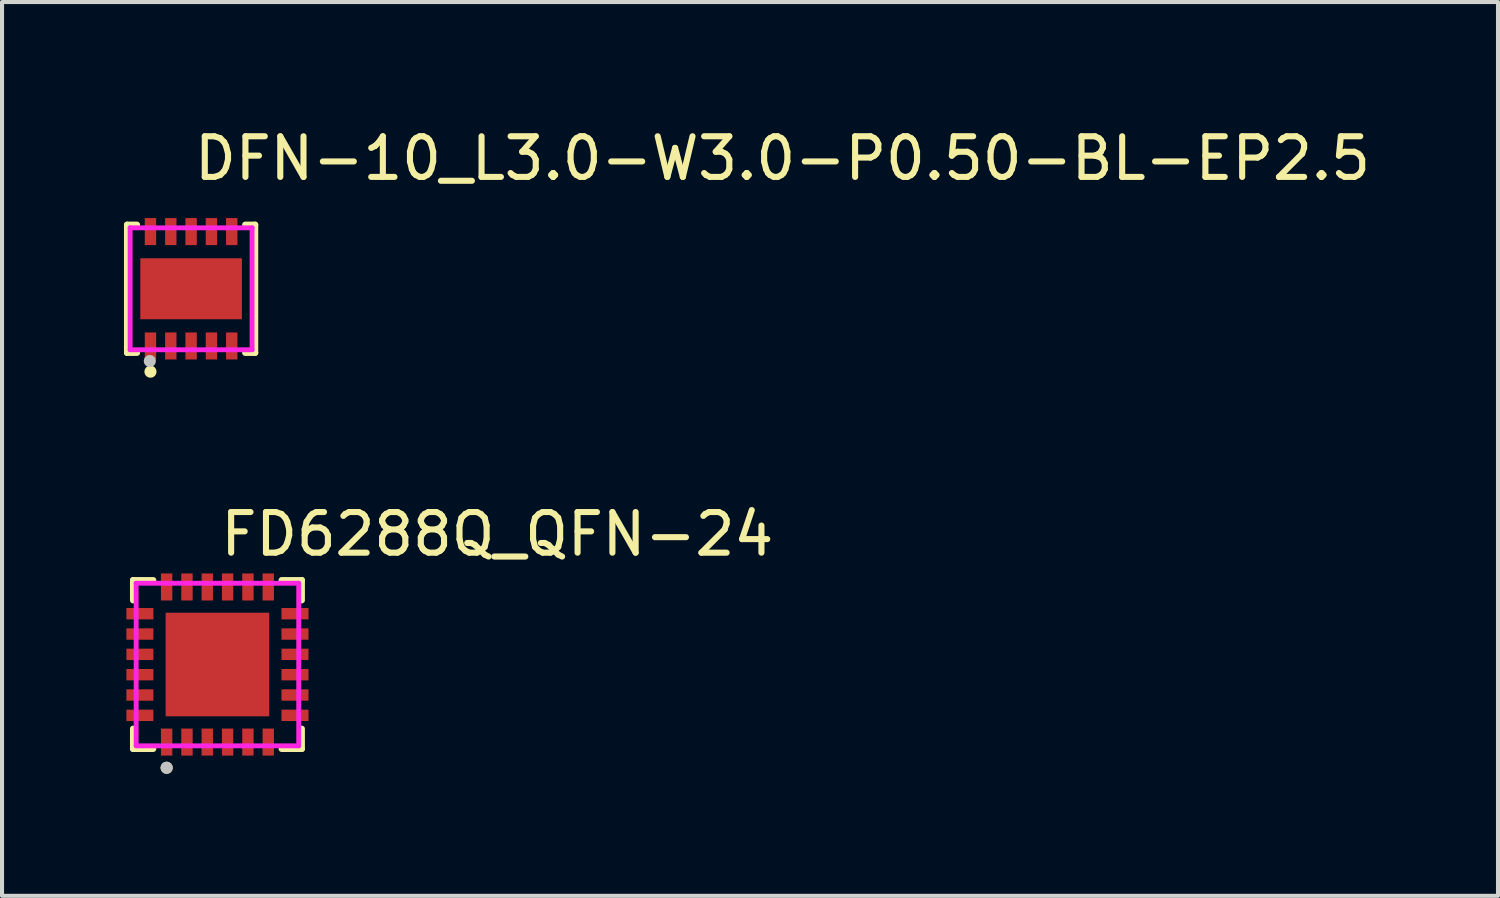
<source format=kicad_pcb>
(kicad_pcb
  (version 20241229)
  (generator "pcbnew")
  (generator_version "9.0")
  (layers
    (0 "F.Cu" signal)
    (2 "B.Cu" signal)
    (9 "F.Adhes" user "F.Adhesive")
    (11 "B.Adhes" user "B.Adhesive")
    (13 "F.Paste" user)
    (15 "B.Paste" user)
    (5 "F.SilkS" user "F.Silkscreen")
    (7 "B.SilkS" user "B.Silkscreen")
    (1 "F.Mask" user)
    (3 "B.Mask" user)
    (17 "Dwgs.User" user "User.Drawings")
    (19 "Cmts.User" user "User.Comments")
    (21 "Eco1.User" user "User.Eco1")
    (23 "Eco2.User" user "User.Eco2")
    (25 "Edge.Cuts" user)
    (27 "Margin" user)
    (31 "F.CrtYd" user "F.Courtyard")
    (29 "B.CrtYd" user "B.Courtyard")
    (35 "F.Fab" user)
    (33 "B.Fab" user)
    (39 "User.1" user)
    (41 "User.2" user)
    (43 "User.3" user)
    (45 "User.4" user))
  (footprint "DFN-10_L3.0-W3.0-P0.50-BL-EP2.5"
    (layer "F.Cu")
    (at 1.652 4.055)
    (property "Reference" "DFN-10_L3.0-W3.0-P0.50-BL-EP2.5" (at 0 -3.207 0) (layer "F.SilkS") (effects (font (size 1 1) (thickness 0.15)) (justify left)))
    (attr through_hole)
    (fp_line (start -1.576 -1.576) (end -1.331 -1.576) (stroke (width 0.152) (type solid)) (layer "F.SilkS"))
    (fp_line (start -1.576 1.576) (end -1.576 -1.576) (stroke (width 0.152) (type solid)) (layer "F.SilkS"))
    (fp_line (start -1.331 1.576) (end -1.576 1.576) (stroke (width 0.152) (type solid)) (layer "F.SilkS"))
    (fp_line (start 1.331 1.576) (end 1.576 1.576) (stroke (width 0.152) (type solid)) (layer "F.SilkS"))
    (fp_line (start 1.576 -1.576) (end 1.331 -1.576) (stroke (width 0.152) (type solid)) (layer "F.SilkS"))
    (fp_line (start 1.576 1.576) (end 1.576 -1.576) (stroke (width 0.152) (type solid)) (layer "F.SilkS"))
    (fp_circle (center -1 2.04) (end -0.925 2.04) (stroke (width 0.15) (type solid)) (fill no) (layer "F.SilkS"))
    (fp_circle (center -1.016 1.778) (end -0.941 1.778) (stroke (width 0.15) (type solid)) (fill no) (layer "Dwgs.User"))
    (fp_circle (center -1.5 1.5) (end -1.47 1.5) (stroke (width 0.06) (type solid)) (fill no) (layer "Eco2.User"))
    (fp_poly (pts (xy -1.25 -0.75) (xy 1.25 -0.75) (xy 1.25 0.75) (xy -1.25 0.75)) (stroke (width 0.12) (type solid)) (fill no) (layer "Eco2.User"))
    (fp_poly (pts (xy -1.12 -1.5) (xy -1.12 -1.1) (xy -0.88 -1.1) (xy -0.88 -1.5)) (stroke (width 0.12) (type solid)) (fill no) (layer "Eco2.User"))
    (fp_poly (pts (xy -1.12 1.5) (xy -1.12 1.1) (xy -0.88 1.1) (xy -0.88 1.5)) (stroke (width 0.12) (type solid)) (fill no) (layer "Eco2.User"))
    (fp_poly (pts (xy -0.62 -1.5) (xy -0.62 -1.1) (xy -0.38 -1.1) (xy -0.38 -1.5)) (stroke (width 0.12) (type solid)) (fill no) (layer "Eco2.User"))
    (fp_poly (pts (xy -0.62 1.5) (xy -0.62 1.1) (xy -0.38 1.1) (xy -0.38 1.5)) (stroke (width 0.12) (type solid)) (fill no) (layer "Eco2.User"))
    (fp_poly (pts (xy -0.12 -1.5) (xy -0.12 -1.1) (xy 0.12 -1.1) (xy 0.12 -1.5)) (stroke (width 0.12) (type solid)) (fill no) (layer "Eco2.User"))
    (fp_poly (pts (xy -0.12 1.5) (xy -0.12 1.1) (xy 0.12 1.1) (xy 0.12 1.5)) (stroke (width 0.12) (type solid)) (fill no) (layer "Eco2.User"))
    (fp_poly (pts (xy 0.38 -1.5) (xy 0.38 -1.1) (xy 0.62 -1.1) (xy 0.62 -1.5)) (stroke (width 0.12) (type solid)) (fill no) (layer "Eco2.User"))
    (fp_poly (pts (xy 0.38 1.5) (xy 0.38 1.1) (xy 0.62 1.1) (xy 0.62 1.5)) (stroke (width 0.12) (type solid)) (fill no) (layer "Eco2.User"))
    (fp_poly (pts (xy 0.88 -1.5) (xy 0.88 -1.1) (xy 1.12 -1.1) (xy 1.12 -1.5)) (stroke (width 0.12) (type solid)) (fill no) (layer "Eco2.User"))
    (fp_poly (pts (xy 0.88 1.5) (xy 0.88 1.1) (xy 1.12 1.1) (xy 1.12 1.5)) (stroke (width 0.12) (type solid)) (fill no) (layer "Eco2.User"))
    (fp_line (start -1.5 -1.5) (end 1.5 -1.5) (stroke (width 0.12) (type solid)) (layer "F.CrtYd"))
    (fp_line (start -1.5 1.5) (end -1.5 -1.5) (stroke (width 0.12) (type solid)) (layer "F.CrtYd"))
    (fp_line (start 1.5 -1.5) (end 1.5 1.5) (stroke (width 0.12) (type solid)) (layer "F.CrtYd"))
    (fp_line (start 1.5 1.5) (end -1.5 1.5) (stroke (width 0.12) (type solid)) (layer "F.CrtYd"))
    (pad "1" smd rect (at -1 1.407) (size 0.28 0.665) (layers "F.Cu" "F.Mask" "F.Paste"))
    (pad "2" smd rect (at -0.5 1.407) (size 0.28 0.665) (layers "F.Cu" "F.Mask" "F.Paste"))
    (pad "3" smd rect (at 0 1.407) (size 0.28 0.665) (layers "F.Cu" "F.Mask" "F.Paste"))
    (pad "4" smd rect (at 0.5 1.407) (size 0.28 0.665) (layers "F.Cu" "F.Mask" "F.Paste"))
    (pad "5" smd rect (at 1 1.407) (size 0.28 0.665) (layers "F.Cu" "F.Mask" "F.Paste"))
    (pad "6" smd rect (at 1 -1.407) (size 0.28 0.665) (layers "F.Cu" "F.Mask" "F.Paste"))
    (pad "7" smd rect (at 0.5 -1.407) (size 0.28 0.665) (layers "F.Cu" "F.Mask" "F.Paste"))
    (pad "8" smd rect (at 0 -1.407) (size 0.28 0.665) (layers "F.Cu" "F.Mask" "F.Paste"))
    (pad "9" smd rect (at -0.5 -1.407) (size 0.28 0.665) (layers "F.Cu" "F.Mask" "F.Paste"))
    (pad "10" smd rect (at -1 -1.407) (size 0.28 0.665) (layers "F.Cu" "F.Mask" "F.Paste"))
    (pad "11" smd rect (at 0 0) (size 2.5 1.5) (layers "F.Cu" "F.Mask" "F.Paste")))
  (footprint "FD6288Q_QFN-24"
    (layer "F.Cu")
    (at 2.3 13.3)
    (property "Reference" "FD6288Q_QFN-24" (at 0 -3.207 0) (layer "F.SilkS") (effects (font (size 1 1) (thickness 0.15)) (justify left)))
    (attr through_hole)
    (fp_line (start -2.076 -2.076) (end -1.58 -2.076) (stroke (width 0.152) (type solid)) (layer "F.SilkS"))
    (fp_line (start -2.076 -1.58) (end -2.076 -2.076) (stroke (width 0.152) (type solid)) (layer "F.SilkS"))
    (fp_line (start -2.076 1.58) (end -2.076 2.076) (stroke (width 0.152) (type solid)) (layer "F.SilkS"))
    (fp_line (start -2.076 2.076) (end -1.58 2.076) (stroke (width 0.152) (type solid)) (layer "F.SilkS"))
    (fp_line (start 2.076 -2.076) (end 1.58 -2.076) (stroke (width 0.152) (type solid)) (layer "F.SilkS"))
    (fp_line (start 2.076 -1.58) (end 2.076 -2.076) (stroke (width 0.152) (type solid)) (layer "F.SilkS"))
    (fp_line (start 2.076 1.58) (end 2.076 2.076) (stroke (width 0.152) (type solid)) (layer "F.SilkS"))
    (fp_line (start 2.076 2.076) (end 1.58 2.076) (stroke (width 0.152) (type solid)) (layer "F.SilkS"))
    (fp_circle (center -1.25 2.54) (end -1.175 2.54) (stroke (width 0.15) (type solid)) (fill no) (layer "F.SilkS"))
    (fp_poly (pts (xy -1.575 -1.11) (xy -1.575 -1.39) (xy -2.24 -1.39) (xy -2.24 -1.11)) (stroke (width 0.12) (type solid)) (fill yes) (layer "F.Paste"))
    (fp_poly (pts (xy -1.575 -0.61) (xy -1.575 -0.89) (xy -2.24 -0.89) (xy -2.24 -0.61)) (stroke (width 0.12) (type solid)) (fill yes) (layer "F.Paste"))
    (fp_poly (pts (xy -1.575 -0.11) (xy -1.575 -0.39) (xy -2.24 -0.39) (xy -2.24 -0.11)) (stroke (width 0.12) (type solid)) (fill yes) (layer "F.Paste"))
    (fp_poly (pts (xy -1.575 0.39) (xy -1.575 0.11) (xy -2.24 0.11) (xy -2.24 0.39)) (stroke (width 0.12) (type solid)) (fill yes) (layer "F.Paste"))
    (fp_poly (pts (xy -1.575 0.89) (xy -1.575 0.61) (xy -2.24 0.61) (xy -2.24 0.89)) (stroke (width 0.12) (type solid)) (fill yes) (layer "F.Paste"))
    (fp_poly (pts (xy -1.575 1.39) (xy -1.575 1.11) (xy -2.24 1.11) (xy -2.24 1.39)) (stroke (width 0.12) (type solid)) (fill yes) (layer "F.Paste"))
    (fp_poly (pts (xy -1.39 -2.24) (xy -1.39 -1.575) (xy -1.11 -1.575) (xy -1.11 -2.24)) (stroke (width 0.12) (type solid)) (fill yes) (layer "F.Paste"))
    (fp_poly (pts (xy -1.39 2.24) (xy -1.39 1.575) (xy -1.11 1.575) (xy -1.11 2.24)) (stroke (width 0.12) (type solid)) (fill yes) (layer "F.Paste"))
    (fp_poly (pts (xy -1.02 -1.02) (xy 1.02 -1.02) (xy 1.02 1.02) (xy -1.02 1.02)) (stroke (width 0.12) (type solid)) (fill yes) (layer "F.Paste"))
    (fp_poly (pts (xy -0.89 -2.24) (xy -0.89 -1.575) (xy -0.61 -1.575) (xy -0.61 -2.24)) (stroke (width 0.12) (type solid)) (fill yes) (layer "F.Paste"))
    (fp_poly (pts (xy -0.89 2.24) (xy -0.89 1.575) (xy -0.61 1.575) (xy -0.61 2.24)) (stroke (width 0.12) (type solid)) (fill yes) (layer "F.Paste"))
    (fp_poly (pts (xy -0.39 -2.24) (xy -0.39 -1.575) (xy -0.11 -1.575) (xy -0.11 -2.24)) (stroke (width 0.12) (type solid)) (fill yes) (layer "F.Paste"))
    (fp_poly (pts (xy -0.39 2.24) (xy -0.39 1.575) (xy -0.11 1.575) (xy -0.11 2.24)) (stroke (width 0.12) (type solid)) (fill yes) (layer "F.Paste"))
    (fp_poly (pts (xy 0.11 -2.24) (xy 0.11 -1.575) (xy 0.39 -1.575) (xy 0.39 -2.24)) (stroke (width 0.12) (type solid)) (fill yes) (layer "F.Paste"))
    (fp_poly (pts (xy 0.11 2.24) (xy 0.11 1.575) (xy 0.39 1.575) (xy 0.39 2.24)) (stroke (width 0.12) (type solid)) (fill yes) (layer "F.Paste"))
    (fp_poly (pts (xy 0.61 -2.24) (xy 0.61 -1.575) (xy 0.89 -1.575) (xy 0.89 -2.24)) (stroke (width 0.12) (type solid)) (fill yes) (layer "F.Paste"))
    (fp_poly (pts (xy 0.61 2.24) (xy 0.61 1.575) (xy 0.89 1.575) (xy 0.89 2.24)) (stroke (width 0.12) (type solid)) (fill yes) (layer "F.Paste"))
    (fp_poly (pts (xy 1.11 -2.24) (xy 1.11 -1.575) (xy 1.39 -1.575) (xy 1.39 -2.24)) (stroke (width 0.12) (type solid)) (fill yes) (layer "F.Paste"))
    (fp_poly (pts (xy 1.11 2.24) (xy 1.11 1.575) (xy 1.39 1.575) (xy 1.39 2.24)) (stroke (width 0.12) (type solid)) (fill yes) (layer "F.Paste"))
    (fp_poly (pts (xy 2.24 -1.11) (xy 2.24 -1.39) (xy 1.575 -1.39) (xy 1.575 -1.11)) (stroke (width 0.12) (type solid)) (fill yes) (layer "F.Paste"))
    (fp_poly (pts (xy 2.24 -0.61) (xy 2.24 -0.89) (xy 1.575 -0.89) (xy 1.575 -0.61)) (stroke (width 0.12) (type solid)) (fill yes) (layer "F.Paste"))
    (fp_poly (pts (xy 2.24 -0.11) (xy 2.24 -0.39) (xy 1.575 -0.39) (xy 1.575 -0.11)) (stroke (width 0.12) (type solid)) (fill yes) (layer "F.Paste"))
    (fp_poly (pts (xy 2.24 0.39) (xy 2.24 0.11) (xy 1.575 0.11) (xy 1.575 0.39)) (stroke (width 0.12) (type solid)) (fill yes) (layer "F.Paste"))
    (fp_poly (pts (xy 2.24 0.89) (xy 2.24 0.61) (xy 1.575 0.61) (xy 1.575 0.89)) (stroke (width 0.12) (type solid)) (fill yes) (layer "F.Paste"))
    (fp_poly (pts (xy 2.24 1.39) (xy 2.24 1.11) (xy 1.575 1.11) (xy 1.575 1.39)) (stroke (width 0.12) (type solid)) (fill yes) (layer "F.Paste"))
    (fp_circle (center -1.25 2.54) (end -1.175 2.54) (stroke (width 0.15) (type solid)) (fill no) (layer "Dwgs.User"))
    (fp_circle (center -2 2) (end -1.97 2) (stroke (width 0.06) (type solid)) (fill no) (layer "Eco2.User"))
    (fp_poly (pts (xy -1.6 -1.13) (xy -1.6 -1.37) (xy -2 -1.37) (xy -2 -1.13)) (stroke (width 0.12) (type solid)) (fill no) (layer "Eco2.User"))
    (fp_poly (pts (xy -1.6 -0.63) (xy -1.6 -0.87) (xy -2 -0.87) (xy -2 -0.63)) (stroke (width 0.12) (type solid)) (fill no) (layer "Eco2.User"))
    (fp_poly (pts (xy -1.6 -0.13) (xy -1.6 -0.37) (xy -2 -0.37) (xy -2 -0.13)) (stroke (width 0.12) (type solid)) (fill no) (layer "Eco2.User"))
    (fp_poly (pts (xy -1.6 0.37) (xy -1.6 0.13) (xy -2 0.13) (xy -2 0.37)) (stroke (width 0.12) (type solid)) (fill no) (layer "Eco2.User"))
    (fp_poly (pts (xy -1.6 0.87) (xy -1.6 0.63) (xy -2 0.63) (xy -2 0.87)) (stroke (width 0.12) (type solid)) (fill no) (layer "Eco2.User"))
    (fp_poly (pts (xy -1.6 1.37) (xy -1.6 1.13) (xy -2 1.13) (xy -2 1.37)) (stroke (width 0.12) (type solid)) (fill no) (layer "Eco2.User"))
    (fp_poly (pts (xy -1.37 -2) (xy -1.37 -1.6) (xy -1.13 -1.6) (xy -1.13 -2)) (stroke (width 0.12) (type solid)) (fill no) (layer "Eco2.User"))
    (fp_poly (pts (xy -1.37 2) (xy -1.37 1.6) (xy -1.13 1.6) (xy -1.13 2)) (stroke (width 0.12) (type solid)) (fill no) (layer "Eco2.User"))
    (fp_poly (pts (xy -1.3 -1.3) (xy 1.3 -1.3) (xy 1.3 1.3) (xy -1.3 1.3)) (stroke (width 0.12) (type solid)) (fill no) (layer "Eco2.User"))
    (fp_poly (pts (xy -0.87 -2) (xy -0.87 -1.6) (xy -0.63 -1.6) (xy -0.63 -2)) (stroke (width 0.12) (type solid)) (fill no) (layer "Eco2.User"))
    (fp_poly (pts (xy -0.87 2) (xy -0.87 1.6) (xy -0.63 1.6) (xy -0.63 2)) (stroke (width 0.12) (type solid)) (fill no) (layer "Eco2.User"))
    (fp_poly (pts (xy -0.37 -2) (xy -0.37 -1.6) (xy -0.13 -1.6) (xy -0.13 -2)) (stroke (width 0.12) (type solid)) (fill no) (layer "Eco2.User"))
    (fp_poly (pts (xy -0.37 2) (xy -0.37 1.6) (xy -0.13 1.6) (xy -0.13 2)) (stroke (width 0.12) (type solid)) (fill no) (layer "Eco2.User"))
    (fp_poly (pts (xy 0.13 -2) (xy 0.13 -1.6) (xy 0.37 -1.6) (xy 0.37 -2)) (stroke (width 0.12) (type solid)) (fill no) (layer "Eco2.User"))
    (fp_poly (pts (xy 0.13 2) (xy 0.13 1.6) (xy 0.37 1.6) (xy 0.37 2)) (stroke (width 0.12) (type solid)) (fill no) (layer "Eco2.User"))
    (fp_poly (pts (xy 0.63 -2) (xy 0.63 -1.6) (xy 0.87 -1.6) (xy 0.87 -2)) (stroke (width 0.12) (type solid)) (fill no) (layer "Eco2.User"))
    (fp_poly (pts (xy 0.63 2) (xy 0.63 1.6) (xy 0.87 1.6) (xy 0.87 2)) (stroke (width 0.12) (type solid)) (fill no) (layer "Eco2.User"))
    (fp_poly (pts (xy 1.13 -2) (xy 1.13 -1.6) (xy 1.37 -1.6) (xy 1.37 -2)) (stroke (width 0.12) (type solid)) (fill no) (layer "Eco2.User"))
    (fp_poly (pts (xy 1.13 2) (xy 1.13 1.6) (xy 1.37 1.6) (xy 1.37 2)) (stroke (width 0.12) (type solid)) (fill no) (layer "Eco2.User"))
    (fp_poly (pts (xy 1.6 -1.13) (xy 1.6 -1.37) (xy 2 -1.37) (xy 2 -1.13)) (stroke (width 0.12) (type solid)) (fill no) (layer "Eco2.User"))
    (fp_poly (pts (xy 1.6 -0.63) (xy 1.6 -0.87) (xy 2 -0.87) (xy 2 -0.63)) (stroke (width 0.12) (type solid)) (fill no) (layer "Eco2.User"))
    (fp_poly (pts (xy 1.6 -0.13) (xy 1.6 -0.37) (xy 2 -0.37) (xy 2 -0.13)) (stroke (width 0.12) (type solid)) (fill no) (layer "Eco2.User"))
    (fp_poly (pts (xy 1.6 0.37) (xy 1.6 0.13) (xy 2 0.13) (xy 2 0.37)) (stroke (width 0.12) (type solid)) (fill no) (layer "Eco2.User"))
    (fp_poly (pts (xy 1.6 0.87) (xy 1.6 0.63) (xy 2 0.63) (xy 2 0.87)) (stroke (width 0.12) (type solid)) (fill no) (layer "Eco2.User"))
    (fp_poly (pts (xy 1.6 1.37) (xy 1.6 1.13) (xy 2 1.13) (xy 2 1.37)) (stroke (width 0.12) (type solid)) (fill no) (layer "Eco2.User"))
    (fp_line (start -2 -2) (end 2 -2) (stroke (width 0.12) (type solid)) (layer "F.CrtYd"))
    (fp_line (start -2 2) (end -2 -2) (stroke (width 0.12) (type solid)) (layer "F.CrtYd"))
    (fp_line (start 2 -2) (end 2 2) (stroke (width 0.12) (type solid)) (layer "F.CrtYd"))
    (fp_line (start 2 2) (end -2 2) (stroke (width 0.12) (type solid)) (layer "F.CrtYd"))
    (pad "1" smd rect (at -1.25 1.908) (size 0.28 0.665) (layers "F.Cu" "F.Mask" "F.Paste"))
    (pad "2" smd rect (at -0.75 1.908) (size 0.28 0.665) (layers "F.Cu" "F.Mask" "F.Paste"))
    (pad "3" smd rect (at -0.25 1.908) (size 0.28 0.665) (layers "F.Cu" "F.Mask" "F.Paste"))
    (pad "4" smd rect (at 0.25 1.908) (size 0.28 0.665) (layers "F.Cu" "F.Mask" "F.Paste"))
    (pad "5" smd rect (at 0.75 1.908) (size 0.28 0.665) (layers "F.Cu" "F.Mask" "F.Paste"))
    (pad "6" smd rect (at 1.25 1.908) (size 0.28 0.665) (layers "F.Cu" "F.Mask" "F.Paste"))
    (pad "7" smd rect (at 1.908 1.25) (size 0.665 0.28) (layers "F.Cu" "F.Mask" "F.Paste"))
    (pad "8" smd rect (at 1.908 0.75) (size 0.665 0.28) (layers "F.Cu" "F.Mask" "F.Paste"))
    (pad "9" smd rect (at 1.908 0.25) (size 0.665 0.28) (layers "F.Cu" "F.Mask" "F.Paste"))
    (pad "10" smd rect (at 1.908 -0.25) (size 0.665 0.28) (layers "F.Cu" "F.Mask" "F.Paste"))
    (pad "11" smd rect (at 1.908 -0.75) (size 0.665 0.28) (layers "F.Cu" "F.Mask" "F.Paste"))
    (pad "12" smd rect (at 1.908 -1.25) (size 0.665 0.28) (layers "F.Cu" "F.Mask" "F.Paste"))
    (pad "13" smd rect (at 1.25 -1.908) (size 0.28 0.665) (layers "F.Cu" "F.Mask" "F.Paste"))
    (pad "14" smd rect (at 0.75 -1.908) (size 0.28 0.665) (layers "F.Cu" "F.Mask" "F.Paste"))
    (pad "15" smd rect (at 0.25 -1.908) (size 0.28 0.665) (layers "F.Cu" "F.Mask" "F.Paste"))
    (pad "16" smd rect (at -0.25 -1.908) (size 0.28 0.665) (layers "F.Cu" "F.Mask" "F.Paste"))
    (pad "17" smd rect (at -0.75 -1.908) (size 0.28 0.665) (layers "F.Cu" "F.Mask" "F.Paste"))
    (pad "18" smd rect (at -1.25 -1.908) (size 0.28 0.665) (layers "F.Cu" "F.Mask" "F.Paste"))
    (pad "19" smd rect (at -1.908 -1.25) (size 0.665 0.28) (layers "F.Cu" "F.Mask" "F.Paste"))
    (pad "20" smd rect (at -1.908 -0.75) (size 0.665 0.28) (layers "F.Cu" "F.Mask" "F.Paste"))
    (pad "21" smd rect (at -1.908 -0.25) (size 0.665 0.28) (layers "F.Cu" "F.Mask" "F.Paste"))
    (pad "22" smd rect (at -1.908 0.25) (size 0.665 0.28) (layers "F.Cu" "F.Mask" "F.Paste"))
    (pad "23" smd rect (at -1.908 0.75) (size 0.665 0.28) (layers "F.Cu" "F.Mask" "F.Paste"))
    (pad "24" smd rect (at -1.908 1.25) (size 0.665 0.28) (layers "F.Cu" "F.Mask" "F.Paste"))
    (pad "25" smd rect (at 0 0) (size 2.55 2.55) (layers "F.Cu" "F.Mask" "F.Paste")))
  (gr_rect
    (start -3 -3)
    (end 33.807 18.991)
    (stroke (width 0.1) (type default))
    (fill no)
    (layer "Edge.Cuts")))
</source>
